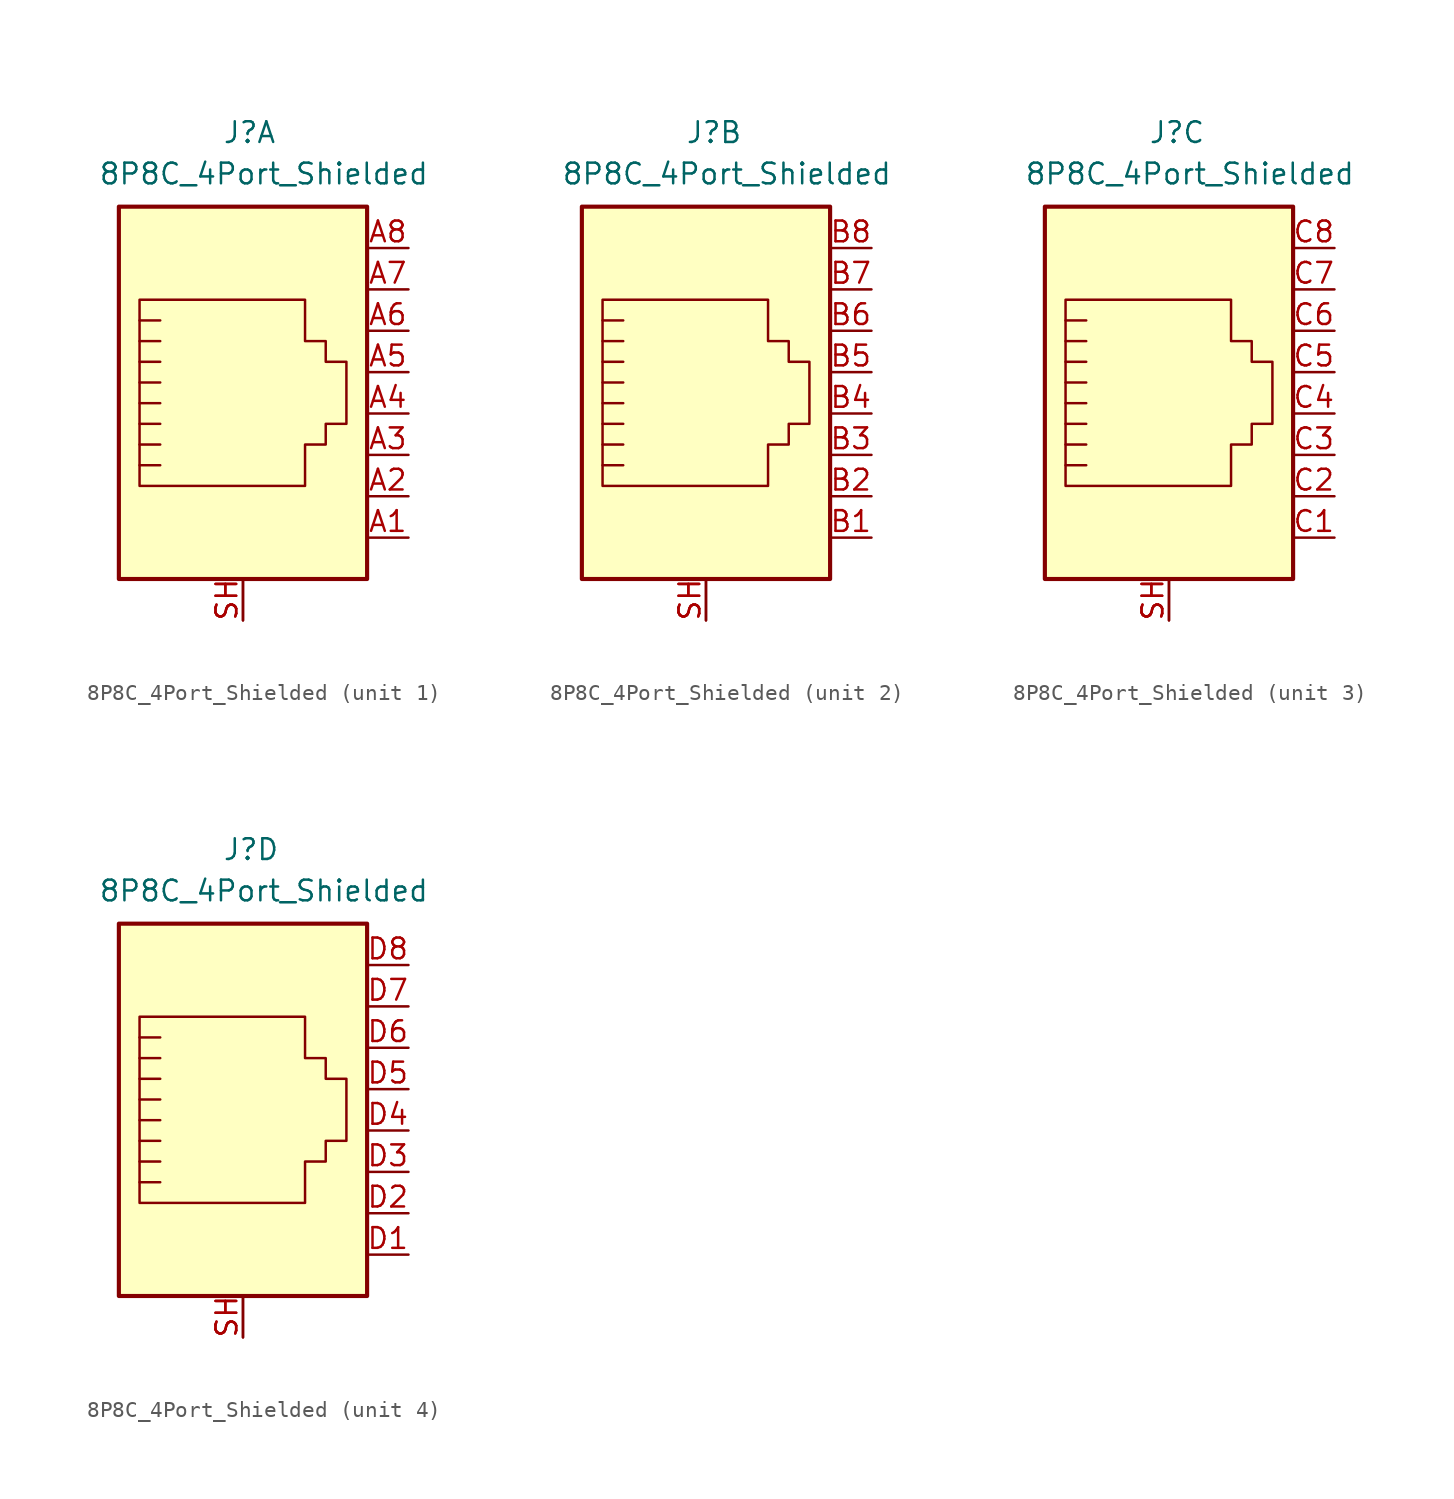
<source format=kicad_sym>
(kicad_symbol_lib
  (version 20211014)
  (generator kicad_symbol_editor)
  (symbol "8P8C_4Port_Shielded"
    (pin_names
      (offset 1.016) hide)
    (property "Reference" "J"
      (at -1.27 16.51 0)
      (effects (font (size 1.27 1.27)) (justify left bottom)))
    (property "Value" "8P8C_4Port_Shielded"
      (at -8.89 13.97 0)
      (effects (font (size 1.27 1.27)) (justify left bottom)))
    (symbol "8P8C_4Port_Shielded_1_1"
      (polyline (pts (xy -5.08 4.445) (xy -6.35 4.445)) (stroke (width 0) (type default) (color 0 0 0 0)) (fill (type none)))
      (polyline (pts (xy -5.08 5.715) (xy -6.35 5.715)) (stroke (width 0) (type default) (color 0 0 0 0)) (fill (type none)))
      (polyline (pts (xy -6.35 -3.175) (xy -5.08 -3.175) (xy -5.08 -3.175)) (stroke (width 0) (type default) (color 0 0 0 0)) (fill (type none)))
      (polyline (pts (xy -6.35 -1.905) (xy -5.08 -1.905) (xy -5.08 -1.905)) (stroke (width 0) (type default) (color 0 0 0 0)) (fill (type none)))
      (polyline (pts (xy -6.35 -0.635) (xy -5.08 -0.635) (xy -5.08 -0.635)) (stroke (width 0) (type default) (color 0 0 0 0)) (fill (type none)))
      (polyline (pts (xy -6.35 0.635) (xy -5.08 0.635) (xy -5.08 0.635)) (stroke (width 0) (type default) (color 0 0 0 0)) (fill (type none)))
      (polyline (pts (xy -6.35 1.905) (xy -5.08 1.905) (xy -5.08 1.905)) (stroke (width 0) (type default) (color 0 0 0 0)) (fill (type none)))
      (polyline (pts (xy -5.08 3.175) (xy -6.35 3.175) (xy -6.35 3.175)) (stroke (width 0) (type default) (color 0 0 0 0)) (fill (type none)))
      (polyline (pts (xy -6.35 -4.445) (xy -6.35 6.985) (xy 3.81 6.985) (xy 3.81 4.445) (xy 5.08 4.445) (xy 5.08 3.175) (xy 6.35 3.175) (xy 6.35 -0.635) (xy 5.08 -0.635) (xy 5.08 -1.905) (xy 3.81 -1.905) (xy 3.81 -4.445) (xy -6.35 -4.445) (xy -6.35 -4.445)) (stroke (width 0) (type default) (color 0 0 0 0)) (fill (type none)))
      (rectangle (start 7.62 12.7) (end -7.62 -10.16) (stroke (width 0.254) (type default) (color 0 0 0 0)) (fill (type background)))
      (pin passive line (at 10.16 -7.62 180) (length 2.54) (name "~" (effects (font (size 1.27 1.27)))) (number "A1" (effects (font (size 1.27 1.27)))))
      (pin passive line (at 10.16 -5.08 180) (length 2.54) (name "~" (effects (font (size 1.27 1.27)))) (number "A2" (effects (font (size 1.27 1.27)))))
      (pin passive line (at 10.16 -2.54 180) (length 2.54) (name "~" (effects (font (size 1.27 1.27)))) (number "A3" (effects (font (size 1.27 1.27)))))
      (pin passive line (at 10.16 0 180) (length 2.54) (name "~" (effects (font (size 1.27 1.27)))) (number "A4" (effects (font (size 1.27 1.27)))))
      (pin passive line (at 10.16 2.54 180) (length 2.54) (name "~" (effects (font (size 1.27 1.27)))) (number "A5" (effects (font (size 1.27 1.27)))))
      (pin passive line (at 10.16 5.08 180) (length 2.54) (name "~" (effects (font (size 1.27 1.27)))) (number "A6" (effects (font (size 1.27 1.27)))))
      (pin passive line (at 10.16 7.62 180) (length 2.54) (name "~" (effects (font (size 1.27 1.27)))) (number "A7" (effects (font (size 1.27 1.27)))))
      (pin passive line (at 10.16 10.16 180) (length 2.54) (name "~" (effects (font (size 1.27 1.27)))) (number "A8" (effects (font (size 1.27 1.27)))))
      (pin passive line (at 0 -12.7 90) (length 2.54) (name "~" (effects (font (size 1.27 1.27)))) (number "SH" (effects (font (size 1.27 1.27)))))
      (pin passive line (at 0 -12.7 90) (length 2.54) (name "~" (effects (font (size 1.27 1.27)))) (number "SH" (effects (font (size 1.27 1.27))))))
    (symbol "8P8C_4Port_Shielded_2_1"
      (polyline (pts (xy -5.08 4.445) (xy -6.35 4.445)) (stroke (width 0) (type default) (color 0 0 0 0)) (fill (type none)))
      (polyline (pts (xy -5.08 5.715) (xy -6.35 5.715)) (stroke (width 0) (type default) (color 0 0 0 0)) (fill (type none)))
      (polyline (pts (xy -6.35 -3.175) (xy -5.08 -3.175) (xy -5.08 -3.175)) (stroke (width 0) (type default) (color 0 0 0 0)) (fill (type none)))
      (polyline (pts (xy -6.35 -1.905) (xy -5.08 -1.905) (xy -5.08 -1.905)) (stroke (width 0) (type default) (color 0 0 0 0)) (fill (type none)))
      (polyline (pts (xy -6.35 -0.635) (xy -5.08 -0.635) (xy -5.08 -0.635)) (stroke (width 0) (type default) (color 0 0 0 0)) (fill (type none)))
      (polyline (pts (xy -6.35 0.635) (xy -5.08 0.635) (xy -5.08 0.635)) (stroke (width 0) (type default) (color 0 0 0 0)) (fill (type none)))
      (polyline (pts (xy -6.35 1.905) (xy -5.08 1.905) (xy -5.08 1.905)) (stroke (width 0) (type default) (color 0 0 0 0)) (fill (type none)))
      (polyline (pts (xy -5.08 3.175) (xy -6.35 3.175) (xy -6.35 3.175)) (stroke (width 0) (type default) (color 0 0 0 0)) (fill (type none)))
      (polyline (pts (xy -6.35 -4.445) (xy -6.35 6.985) (xy 3.81 6.985) (xy 3.81 4.445) (xy 5.08 4.445) (xy 5.08 3.175) (xy 6.35 3.175) (xy 6.35 -0.635) (xy 5.08 -0.635) (xy 5.08 -1.905) (xy 3.81 -1.905) (xy 3.81 -4.445) (xy -6.35 -4.445) (xy -6.35 -4.445)) (stroke (width 0) (type default) (color 0 0 0 0)) (fill (type none)))
      (rectangle (start 7.62 12.7) (end -7.62 -10.16) (stroke (width 0.254) (type default) (color 0 0 0 0)) (fill (type background)))
      (pin passive line (at 10.16 -7.62 180) (length 2.54) (name "~" (effects (font (size 1.27 1.27)))) (number "B1" (effects (font (size 1.27 1.27)))))
      (pin passive line (at 10.16 -5.08 180) (length 2.54) (name "~" (effects (font (size 1.27 1.27)))) (number "B2" (effects (font (size 1.27 1.27)))))
      (pin passive line (at 10.16 -2.54 180) (length 2.54) (name "~" (effects (font (size 1.27 1.27)))) (number "B3" (effects (font (size 1.27 1.27)))))
      (pin passive line (at 10.16 0 180) (length 2.54) (name "~" (effects (font (size 1.27 1.27)))) (number "B4" (effects (font (size 1.27 1.27)))))
      (pin passive line (at 10.16 2.54 180) (length 2.54) (name "~" (effects (font (size 1.27 1.27)))) (number "B5" (effects (font (size 1.27 1.27)))))
      (pin passive line (at 10.16 5.08 180) (length 2.54) (name "~" (effects (font (size 1.27 1.27)))) (number "B6" (effects (font (size 1.27 1.27)))))
      (pin passive line (at 10.16 7.62 180) (length 2.54) (name "~" (effects (font (size 1.27 1.27)))) (number "B7" (effects (font (size 1.27 1.27)))))
      (pin passive line (at 10.16 10.16 180) (length 2.54) (name "~" (effects (font (size 1.27 1.27)))) (number "B8" (effects (font (size 1.27 1.27)))))
      (pin passive line (at 0 -12.7 90) (length 2.54) (name "~" (effects (font (size 1.27 1.27)))) (number "SH" (effects (font (size 1.27 1.27)))))
      (pin passive line (at 0 -12.7 90) (length 2.54) (name "~" (effects (font (size 1.27 1.27)))) (number "SH" (effects (font (size 1.27 1.27))))))
    (symbol "8P8C_4Port_Shielded_3_1"
      (polyline (pts (xy -5.08 4.445) (xy -6.35 4.445)) (stroke (width 0) (type default) (color 0 0 0 0)) (fill (type none)))
      (polyline (pts (xy -5.08 5.715) (xy -6.35 5.715)) (stroke (width 0) (type default) (color 0 0 0 0)) (fill (type none)))
      (polyline (pts (xy -6.35 -3.175) (xy -5.08 -3.175) (xy -5.08 -3.175)) (stroke (width 0) (type default) (color 0 0 0 0)) (fill (type none)))
      (polyline (pts (xy -6.35 -1.905) (xy -5.08 -1.905) (xy -5.08 -1.905)) (stroke (width 0) (type default) (color 0 0 0 0)) (fill (type none)))
      (polyline (pts (xy -6.35 -0.635) (xy -5.08 -0.635) (xy -5.08 -0.635)) (stroke (width 0) (type default) (color 0 0 0 0)) (fill (type none)))
      (polyline (pts (xy -6.35 0.635) (xy -5.08 0.635) (xy -5.08 0.635)) (stroke (width 0) (type default) (color 0 0 0 0)) (fill (type none)))
      (polyline (pts (xy -6.35 1.905) (xy -5.08 1.905) (xy -5.08 1.905)) (stroke (width 0) (type default) (color 0 0 0 0)) (fill (type none)))
      (polyline (pts (xy -5.08 3.175) (xy -6.35 3.175) (xy -6.35 3.175)) (stroke (width 0) (type default) (color 0 0 0 0)) (fill (type none)))
      (polyline (pts (xy -6.35 -4.445) (xy -6.35 6.985) (xy 3.81 6.985) (xy 3.81 4.445) (xy 5.08 4.445) (xy 5.08 3.175) (xy 6.35 3.175) (xy 6.35 -0.635) (xy 5.08 -0.635) (xy 5.08 -1.905) (xy 3.81 -1.905) (xy 3.81 -4.445) (xy -6.35 -4.445) (xy -6.35 -4.445)) (stroke (width 0) (type default) (color 0 0 0 0)) (fill (type none)))
      (rectangle (start 7.62 12.7) (end -7.62 -10.16) (stroke (width 0.254) (type default) (color 0 0 0 0)) (fill (type background)))
      (pin passive line (at 10.16 -7.62 180) (length 2.54) (name "~" (effects (font (size 1.27 1.27)))) (number "C1" (effects (font (size 1.27 1.27)))))
      (pin passive line (at 10.16 -5.08 180) (length 2.54) (name "~" (effects (font (size 1.27 1.27)))) (number "C2" (effects (font (size 1.27 1.27)))))
      (pin passive line (at 10.16 -2.54 180) (length 2.54) (name "~" (effects (font (size 1.27 1.27)))) (number "C3" (effects (font (size 1.27 1.27)))))
      (pin passive line (at 10.16 0 180) (length 2.54) (name "~" (effects (font (size 1.27 1.27)))) (number "C4" (effects (font (size 1.27 1.27)))))
      (pin passive line (at 10.16 2.54 180) (length 2.54) (name "~" (effects (font (size 1.27 1.27)))) (number "C5" (effects (font (size 1.27 1.27)))))
      (pin passive line (at 10.16 5.08 180) (length 2.54) (name "~" (effects (font (size 1.27 1.27)))) (number "C6" (effects (font (size 1.27 1.27)))))
      (pin passive line (at 10.16 7.62 180) (length 2.54) (name "~" (effects (font (size 1.27 1.27)))) (number "C7" (effects (font (size 1.27 1.27)))))
      (pin passive line (at 10.16 10.16 180) (length 2.54) (name "~" (effects (font (size 1.27 1.27)))) (number "C8" (effects (font (size 1.27 1.27)))))
      (pin passive line (at 0 -12.7 90) (length 2.54) (name "~" (effects (font (size 1.27 1.27)))) (number "SH" (effects (font (size 1.27 1.27)))))
      (pin passive line (at 0 -12.7 90) (length 2.54) (name "~" (effects (font (size 1.27 1.27)))) (number "SH" (effects (font (size 1.27 1.27))))))
    (symbol "8P8C_4Port_Shielded_4_1"
      (polyline (pts (xy -5.08 4.445) (xy -6.35 4.445)) (stroke (width 0) (type default) (color 0 0 0 0)) (fill (type none)))
      (polyline (pts (xy -5.08 5.715) (xy -6.35 5.715)) (stroke (width 0) (type default) (color 0 0 0 0)) (fill (type none)))
      (polyline (pts (xy -6.35 -3.175) (xy -5.08 -3.175) (xy -5.08 -3.175)) (stroke (width 0) (type default) (color 0 0 0 0)) (fill (type none)))
      (polyline (pts (xy -6.35 -1.905) (xy -5.08 -1.905) (xy -5.08 -1.905)) (stroke (width 0) (type default) (color 0 0 0 0)) (fill (type none)))
      (polyline (pts (xy -6.35 -0.635) (xy -5.08 -0.635) (xy -5.08 -0.635)) (stroke (width 0) (type default) (color 0 0 0 0)) (fill (type none)))
      (polyline (pts (xy -6.35 0.635) (xy -5.08 0.635) (xy -5.08 0.635)) (stroke (width 0) (type default) (color 0 0 0 0)) (fill (type none)))
      (polyline (pts (xy -6.35 1.905) (xy -5.08 1.905) (xy -5.08 1.905)) (stroke (width 0) (type default) (color 0 0 0 0)) (fill (type none)))
      (polyline (pts (xy -5.08 3.175) (xy -6.35 3.175) (xy -6.35 3.175)) (stroke (width 0) (type default) (color 0 0 0 0)) (fill (type none)))
      (polyline (pts (xy -6.35 -4.445) (xy -6.35 6.985) (xy 3.81 6.985) (xy 3.81 4.445) (xy 5.08 4.445) (xy 5.08 3.175) (xy 6.35 3.175) (xy 6.35 -0.635) (xy 5.08 -0.635) (xy 5.08 -1.905) (xy 3.81 -1.905) (xy 3.81 -4.445) (xy -6.35 -4.445) (xy -6.35 -4.445)) (stroke (width 0) (type default) (color 0 0 0 0)) (fill (type none)))
      (rectangle (start 7.62 12.7) (end -7.62 -10.16) (stroke (width 0.254) (type default) (color 0 0 0 0)) (fill (type background)))
      (pin passive line (at 10.16 -7.62 180) (length 2.54) (name "~" (effects (font (size 1.27 1.27)))) (number "D1" (effects (font (size 1.27 1.27)))))
      (pin passive line (at 10.16 -5.08 180) (length 2.54) (name "~" (effects (font (size 1.27 1.27)))) (number "D2" (effects (font (size 1.27 1.27)))))
      (pin passive line (at 10.16 -2.54 180) (length 2.54) (name "~" (effects (font (size 1.27 1.27)))) (number "D3" (effects (font (size 1.27 1.27)))))
      (pin passive line (at 10.16 0 180) (length 2.54) (name "~" (effects (font (size 1.27 1.27)))) (number "D4" (effects (font (size 1.27 1.27)))))
      (pin passive line (at 10.16 2.54 180) (length 2.54) (name "~" (effects (font (size 1.27 1.27)))) (number "D5" (effects (font (size 1.27 1.27)))))
      (pin passive line (at 10.16 5.08 180) (length 2.54) (name "~" (effects (font (size 1.27 1.27)))) (number "D6" (effects (font (size 1.27 1.27)))))
      (pin passive line (at 10.16 7.62 180) (length 2.54) (name "~" (effects (font (size 1.27 1.27)))) (number "D7" (effects (font (size 1.27 1.27)))))
      (pin passive line (at 10.16 10.16 180) (length 2.54) (name "~" (effects (font (size 1.27 1.27)))) (number "D8" (effects (font (size 1.27 1.27)))))
      (pin passive line (at 0 -12.7 90) (length 2.54) (name "~" (effects (font (size 1.27 1.27)))) (number "SH" (effects (font (size 1.27 1.27)))))
      (pin passive line (at 0 -12.7 90) (length 2.54) (name "~" (effects (font (size 1.27 1.27)))) (number "SH" (effects (font (size 1.27 1.27))))))))
</source>
